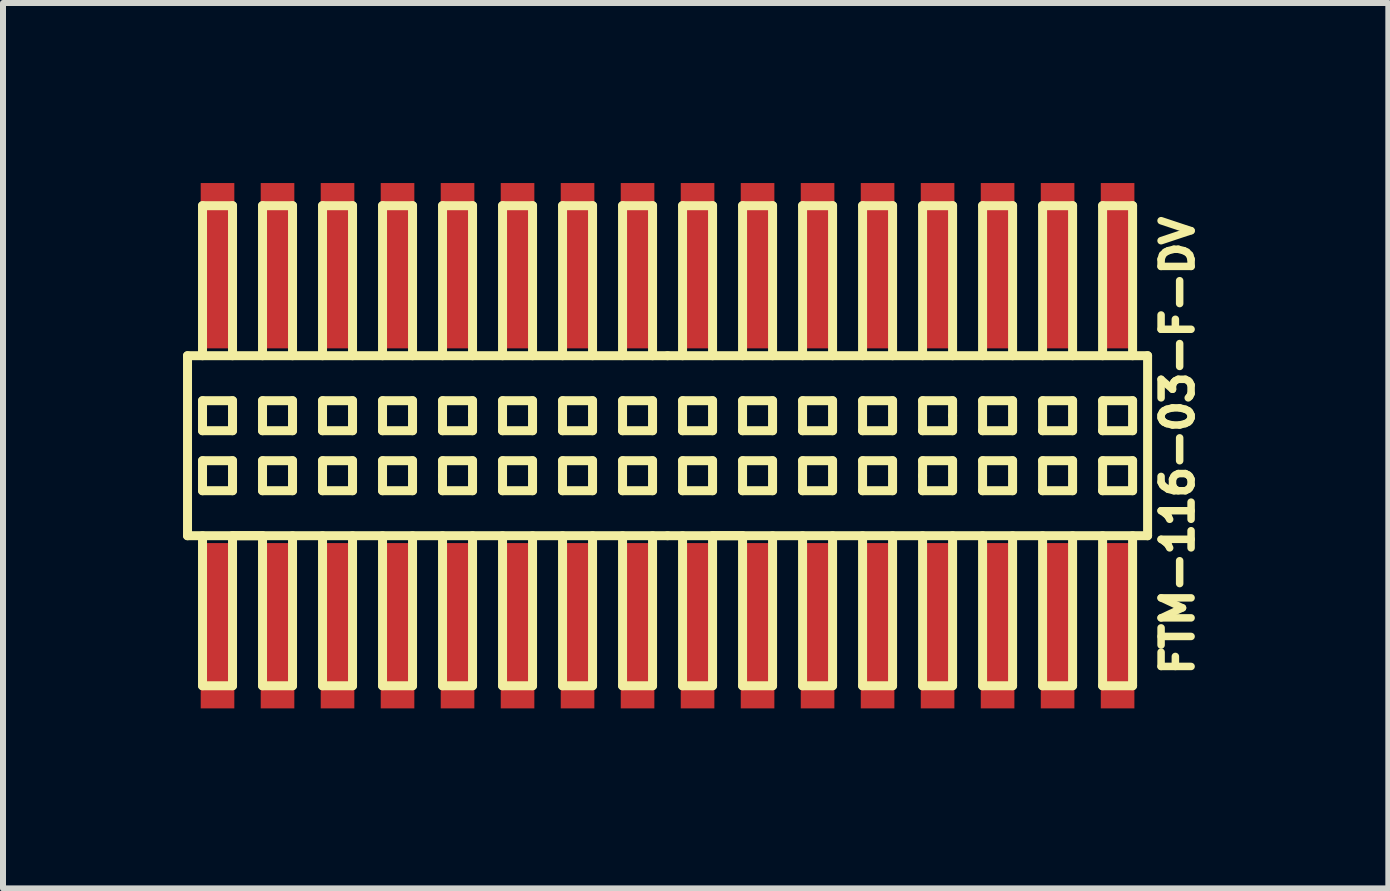
<source format=kicad_pcb>
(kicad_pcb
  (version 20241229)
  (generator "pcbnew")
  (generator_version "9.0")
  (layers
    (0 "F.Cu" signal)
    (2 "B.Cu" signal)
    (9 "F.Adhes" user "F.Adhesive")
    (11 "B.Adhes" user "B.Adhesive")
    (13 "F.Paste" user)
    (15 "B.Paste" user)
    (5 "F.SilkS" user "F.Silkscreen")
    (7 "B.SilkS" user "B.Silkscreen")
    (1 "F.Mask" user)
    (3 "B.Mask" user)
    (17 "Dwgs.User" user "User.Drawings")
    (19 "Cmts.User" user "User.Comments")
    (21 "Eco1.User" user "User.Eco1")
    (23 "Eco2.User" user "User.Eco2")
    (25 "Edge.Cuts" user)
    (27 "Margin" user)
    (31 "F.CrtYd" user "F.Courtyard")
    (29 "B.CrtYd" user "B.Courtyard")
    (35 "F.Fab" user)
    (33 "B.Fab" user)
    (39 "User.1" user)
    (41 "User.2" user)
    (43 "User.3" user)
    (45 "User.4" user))
  (footprint "FTM-116-03-F-DV"
    (layer "F.Cu")
    (at 8.075 4.378)
    (property "Reference" "FTM-116-03-F-DV" (at 8.5 0 90) (layer "F.SilkS") (effects (font (size 0.5 0.5) (thickness 0.125))))
    (attr through_hole)
    (fp_line (start -8 -1.5) (end 0 -1.5) (stroke (width 0.15) (type solid)) (layer "F.SilkS"))
    (fp_line (start -8 1.5) (end -8 -1.5) (stroke (width 0.15) (type solid)) (layer "F.SilkS"))
    (fp_line (start -7.75 -4) (end -7.25 -4) (stroke (width 0.15) (type solid)) (layer "F.SilkS"))
    (fp_line (start -7.75 -1.5) (end -7.75 -4) (stroke (width 0.15) (type solid)) (layer "F.SilkS"))
    (fp_line (start -7.75 -0.75) (end -7.25 -0.75) (stroke (width 0.15) (type solid)) (layer "F.SilkS"))
    (fp_line (start -7.75 -0.25) (end -7.75 -0.75) (stroke (width 0.15) (type solid)) (layer "F.SilkS"))
    (fp_line (start -7.75 0.25) (end -7.25 0.25) (stroke (width 0.15) (type solid)) (layer "F.SilkS"))
    (fp_line (start -7.75 0.75) (end -7.75 0.25) (stroke (width 0.15) (type solid)) (layer "F.SilkS"))
    (fp_line (start -7.75 1.5) (end -7.75 4) (stroke (width 0.15) (type solid)) (layer "F.SilkS"))
    (fp_line (start -7.75 4) (end -7.25 4) (stroke (width 0.15) (type solid)) (layer "F.SilkS"))
    (fp_line (start -7.25 -4) (end -7.25 -1.5) (stroke (width 0.15) (type solid)) (layer "F.SilkS"))
    (fp_line (start -7.25 -0.75) (end -7.25 -0.25) (stroke (width 0.15) (type solid)) (layer "F.SilkS"))
    (fp_line (start -7.25 -0.25) (end -7.75 -0.25) (stroke (width 0.15) (type solid)) (layer "F.SilkS"))
    (fp_line (start -7.25 0.25) (end -7.25 0.75) (stroke (width 0.15) (type solid)) (layer "F.SilkS"))
    (fp_line (start -7.25 0.75) (end -7.75 0.75) (stroke (width 0.15) (type solid)) (layer "F.SilkS"))
    (fp_line (start -7.25 1.5) (end -6.75 1.5) (stroke (width 0.15) (type solid)) (layer "F.SilkS"))
    (fp_line (start -7.25 4) (end -7.25 1.5) (stroke (width 0.15) (type solid)) (layer "F.SilkS"))
    (fp_line (start -6.75 -4) (end -6.25 -4) (stroke (width 0.15) (type solid)) (layer "F.SilkS"))
    (fp_line (start -6.75 -1.5) (end -6.75 -4) (stroke (width 0.15) (type solid)) (layer "F.SilkS"))
    (fp_line (start -6.75 -0.75) (end -6.25 -0.75) (stroke (width 0.15) (type solid)) (layer "F.SilkS"))
    (fp_line (start -6.75 -0.25) (end -6.75 -0.75) (stroke (width 0.15) (type solid)) (layer "F.SilkS"))
    (fp_line (start -6.75 0.25) (end -6.25 0.25) (stroke (width 0.15) (type solid)) (layer "F.SilkS"))
    (fp_line (start -6.75 0.75) (end -6.75 0.25) (stroke (width 0.15) (type solid)) (layer "F.SilkS"))
    (fp_line (start -6.75 1.5) (end -6.75 4) (stroke (width 0.15) (type solid)) (layer "F.SilkS"))
    (fp_line (start -6.75 4) (end -6.25 4) (stroke (width 0.15) (type solid)) (layer "F.SilkS"))
    (fp_line (start -6.25 -4) (end -6.25 -1.5) (stroke (width 0.15) (type solid)) (layer "F.SilkS"))
    (fp_line (start -6.25 -0.75) (end -6.25 -0.25) (stroke (width 0.15) (type solid)) (layer "F.SilkS"))
    (fp_line (start -6.25 -0.25) (end -6.75 -0.25) (stroke (width 0.15) (type solid)) (layer "F.SilkS"))
    (fp_line (start -6.25 0.25) (end -6.25 0.75) (stroke (width 0.15) (type solid)) (layer "F.SilkS"))
    (fp_line (start -6.25 0.75) (end -6.75 0.75) (stroke (width 0.15) (type solid)) (layer "F.SilkS"))
    (fp_line (start -6.25 4) (end -6.25 1.5) (stroke (width 0.15) (type solid)) (layer "F.SilkS"))
    (fp_line (start -5.75 -4) (end -5.25 -4) (stroke (width 0.15) (type solid)) (layer "F.SilkS"))
    (fp_line (start -5.75 -1.5) (end -5.75 -4) (stroke (width 0.15) (type solid)) (layer "F.SilkS"))
    (fp_line (start -5.75 -0.75) (end -5.25 -0.75) (stroke (width 0.15) (type solid)) (layer "F.SilkS"))
    (fp_line (start -5.75 -0.25) (end -5.75 -0.75) (stroke (width 0.15) (type solid)) (layer "F.SilkS"))
    (fp_line (start -5.75 0.25) (end -5.25 0.25) (stroke (width 0.15) (type solid)) (layer "F.SilkS"))
    (fp_line (start -5.75 0.75) (end -5.75 0.25) (stroke (width 0.15) (type solid)) (layer "F.SilkS"))
    (fp_line (start -5.75 1.5) (end -5.75 4) (stroke (width 0.15) (type solid)) (layer "F.SilkS"))
    (fp_line (start -5.75 4) (end -5.25 4) (stroke (width 0.15) (type solid)) (layer "F.SilkS"))
    (fp_line (start -5.25 -4) (end -5.25 -1.5) (stroke (width 0.15) (type solid)) (layer "F.SilkS"))
    (fp_line (start -5.25 -0.75) (end -5.25 -0.25) (stroke (width 0.15) (type solid)) (layer "F.SilkS"))
    (fp_line (start -5.25 -0.25) (end -5.75 -0.25) (stroke (width 0.15) (type solid)) (layer "F.SilkS"))
    (fp_line (start -5.25 0.25) (end -5.25 0.75) (stroke (width 0.15) (type solid)) (layer "F.SilkS"))
    (fp_line (start -5.25 0.75) (end -5.75 0.75) (stroke (width 0.15) (type solid)) (layer "F.SilkS"))
    (fp_line (start -5.25 4) (end -5.25 1.5) (stroke (width 0.15) (type solid)) (layer "F.SilkS"))
    (fp_line (start -4.75 -4) (end -4.25 -4) (stroke (width 0.15) (type solid)) (layer "F.SilkS"))
    (fp_line (start -4.75 -1.5) (end -4.75 -4) (stroke (width 0.15) (type solid)) (layer "F.SilkS"))
    (fp_line (start -4.75 -0.75) (end -4.25 -0.75) (stroke (width 0.15) (type solid)) (layer "F.SilkS"))
    (fp_line (start -4.75 -0.25) (end -4.75 -0.75) (stroke (width 0.15) (type solid)) (layer "F.SilkS"))
    (fp_line (start -4.75 0.25) (end -4.25 0.25) (stroke (width 0.15) (type solid)) (layer "F.SilkS"))
    (fp_line (start -4.75 0.75) (end -4.75 0.25) (stroke (width 0.15) (type solid)) (layer "F.SilkS"))
    (fp_line (start -4.75 1.5) (end -4.75 4) (stroke (width 0.15) (type solid)) (layer "F.SilkS"))
    (fp_line (start -4.75 4) (end -4.25 4) (stroke (width 0.15) (type solid)) (layer "F.SilkS"))
    (fp_line (start -4.25 -4) (end -4.25 -1.5) (stroke (width 0.15) (type solid)) (layer "F.SilkS"))
    (fp_line (start -4.25 -0.75) (end -4.25 -0.25) (stroke (width 0.15) (type solid)) (layer "F.SilkS"))
    (fp_line (start -4.25 -0.25) (end -4.75 -0.25) (stroke (width 0.15) (type solid)) (layer "F.SilkS"))
    (fp_line (start -4.25 0.25) (end -4.25 0.75) (stroke (width 0.15) (type solid)) (layer "F.SilkS"))
    (fp_line (start -4.25 0.75) (end -4.75 0.75) (stroke (width 0.15) (type solid)) (layer "F.SilkS"))
    (fp_line (start -4.25 4) (end -4.25 1.5) (stroke (width 0.15) (type solid)) (layer "F.SilkS"))
    (fp_line (start -3.75 -4) (end -3.25 -4) (stroke (width 0.15) (type solid)) (layer "F.SilkS"))
    (fp_line (start -3.75 -1.5) (end -3.75 -4) (stroke (width 0.15) (type solid)) (layer "F.SilkS"))
    (fp_line (start -3.75 -0.75) (end -3.25 -0.75) (stroke (width 0.15) (type solid)) (layer "F.SilkS"))
    (fp_line (start -3.75 -0.25) (end -3.75 -0.75) (stroke (width 0.15) (type solid)) (layer "F.SilkS"))
    (fp_line (start -3.75 0.25) (end -3.25 0.25) (stroke (width 0.15) (type solid)) (layer "F.SilkS"))
    (fp_line (start -3.75 0.5) (end -3.75 0.25) (stroke (width 0.15) (type solid)) (layer "F.SilkS"))
    (fp_line (start -3.75 0.75) (end -3.75 0.5) (stroke (width 0.15) (type solid)) (layer "F.SilkS"))
    (fp_line (start -3.75 1.5) (end -3.75 4) (stroke (width 0.15) (type solid)) (layer "F.SilkS"))
    (fp_line (start -3.75 4) (end -3.25 4) (stroke (width 0.15) (type solid)) (layer "F.SilkS"))
    (fp_line (start -3.25 -4) (end -3.25 -1.5) (stroke (width 0.15) (type solid)) (layer "F.SilkS"))
    (fp_line (start -3.25 -0.75) (end -3.25 -0.5) (stroke (width 0.15) (type solid)) (layer "F.SilkS"))
    (fp_line (start -3.25 -0.5) (end -3.25 -0.25) (stroke (width 0.15) (type solid)) (layer "F.SilkS"))
    (fp_line (start -3.25 -0.25) (end -3.75 -0.25) (stroke (width 0.15) (type solid)) (layer "F.SilkS"))
    (fp_line (start -3.25 0.25) (end -3.25 0.75) (stroke (width 0.15) (type solid)) (layer "F.SilkS"))
    (fp_line (start -3.25 0.75) (end -3.75 0.75) (stroke (width 0.15) (type solid)) (layer "F.SilkS"))
    (fp_line (start -3.25 4) (end -3.25 1.5) (stroke (width 0.15) (type solid)) (layer "F.SilkS"))
    (fp_line (start -2.75 -4) (end -2.25 -4) (stroke (width 0.15) (type solid)) (layer "F.SilkS"))
    (fp_line (start -2.75 -1.5) (end -2.75 -4) (stroke (width 0.15) (type solid)) (layer "F.SilkS"))
    (fp_line (start -2.75 -0.75) (end -2.25 -0.75) (stroke (width 0.15) (type solid)) (layer "F.SilkS"))
    (fp_line (start -2.75 -0.25) (end -2.75 -0.75) (stroke (width 0.15) (type solid)) (layer "F.SilkS"))
    (fp_line (start -2.75 0.25) (end -2.25 0.25) (stroke (width 0.15) (type solid)) (layer "F.SilkS"))
    (fp_line (start -2.75 0.75) (end -2.75 0.25) (stroke (width 0.15) (type solid)) (layer "F.SilkS"))
    (fp_line (start -2.75 1.5) (end -2.75 4) (stroke (width 0.15) (type solid)) (layer "F.SilkS"))
    (fp_line (start -2.75 4) (end -2.25 4) (stroke (width 0.15) (type solid)) (layer "F.SilkS"))
    (fp_line (start -2.25 -4) (end -2.25 -1.5) (stroke (width 0.15) (type solid)) (layer "F.SilkS"))
    (fp_line (start -2.25 -0.75) (end -2.25 -0.25) (stroke (width 0.15) (type solid)) (layer "F.SilkS"))
    (fp_line (start -2.25 -0.25) (end -2.75 -0.25) (stroke (width 0.15) (type solid)) (layer "F.SilkS"))
    (fp_line (start -2.25 0.25) (end -2.25 0.75) (stroke (width 0.15) (type solid)) (layer "F.SilkS"))
    (fp_line (start -2.25 0.75) (end -2.75 0.75) (stroke (width 0.15) (type solid)) (layer "F.SilkS"))
    (fp_line (start -2.25 4) (end -2.25 1.5) (stroke (width 0.15) (type solid)) (layer "F.SilkS"))
    (fp_line (start -1.75 -4) (end -1.25 -4) (stroke (width 0.15) (type solid)) (layer "F.SilkS"))
    (fp_line (start -1.75 -1.5) (end -1.75 -4) (stroke (width 0.15) (type solid)) (layer "F.SilkS"))
    (fp_line (start -1.75 -0.75) (end -1.25 -0.75) (stroke (width 0.15) (type solid)) (layer "F.SilkS"))
    (fp_line (start -1.75 -0.25) (end -1.75 -0.75) (stroke (width 0.15) (type solid)) (layer "F.SilkS"))
    (fp_line (start -1.75 0.25) (end -1.25 0.25) (stroke (width 0.15) (type solid)) (layer "F.SilkS"))
    (fp_line (start -1.75 0.75) (end -1.75 0.25) (stroke (width 0.15) (type solid)) (layer "F.SilkS"))
    (fp_line (start -1.75 1.5) (end -1.75 4) (stroke (width 0.15) (type solid)) (layer "F.SilkS"))
    (fp_line (start -1.75 4) (end -1.25 4) (stroke (width 0.15) (type solid)) (layer "F.SilkS"))
    (fp_line (start -1.25 -4) (end -1.25 -1.5) (stroke (width 0.15) (type solid)) (layer "F.SilkS"))
    (fp_line (start -1.25 -0.75) (end -1.25 -0.25) (stroke (width 0.15) (type solid)) (layer "F.SilkS"))
    (fp_line (start -1.25 -0.25) (end -1.75 -0.25) (stroke (width 0.15) (type solid)) (layer "F.SilkS"))
    (fp_line (start -1.25 0.25) (end -1.25 0.75) (stroke (width 0.15) (type solid)) (layer "F.SilkS"))
    (fp_line (start -1.25 0.75) (end -1.75 0.75) (stroke (width 0.15) (type solid)) (layer "F.SilkS"))
    (fp_line (start -1.25 4) (end -1.25 1.5) (stroke (width 0.15) (type solid)) (layer "F.SilkS"))
    (fp_line (start -0.75 -4) (end -0.25 -4) (stroke (width 0.15) (type solid)) (layer "F.SilkS"))
    (fp_line (start -0.75 -1.5) (end -0.75 -4) (stroke (width 0.15) (type solid)) (layer "F.SilkS"))
    (fp_line (start -0.75 -0.75) (end -0.25 -0.75) (stroke (width 0.15) (type solid)) (layer "F.SilkS"))
    (fp_line (start -0.75 -0.25) (end -0.75 -0.75) (stroke (width 0.15) (type solid)) (layer "F.SilkS"))
    (fp_line (start -0.75 0.25) (end -0.25 0.25) (stroke (width 0.15) (type solid)) (layer "F.SilkS"))
    (fp_line (start -0.75 0.75) (end -0.75 0.25) (stroke (width 0.15) (type solid)) (layer "F.SilkS"))
    (fp_line (start -0.75 1.5) (end -0.75 4) (stroke (width 0.15) (type solid)) (layer "F.SilkS"))
    (fp_line (start -0.75 4) (end -0.25 4) (stroke (width 0.15) (type solid)) (layer "F.SilkS"))
    (fp_line (start -0.25 -4) (end -0.25 -1.5) (stroke (width 0.15) (type solid)) (layer "F.SilkS"))
    (fp_line (start -0.25 -0.75) (end -0.25 -0.25) (stroke (width 0.15) (type solid)) (layer "F.SilkS"))
    (fp_line (start -0.25 -0.25) (end -0.75 -0.25) (stroke (width 0.15) (type solid)) (layer "F.SilkS"))
    (fp_line (start -0.25 0.25) (end -0.25 0.75) (stroke (width 0.15) (type solid)) (layer "F.SilkS"))
    (fp_line (start -0.25 0.75) (end -0.75 0.75) (stroke (width 0.15) (type solid)) (layer "F.SilkS"))
    (fp_line (start -0.25 4) (end -0.25 1.5) (stroke (width 0.15) (type solid)) (layer "F.SilkS"))
    (fp_line (start 0 -1.5) (end 8 -1.5) (stroke (width 0.15) (type solid)) (layer "F.SilkS"))
    (fp_line (start 0 1.5) (end -8 1.5) (stroke (width 0.15) (type solid)) (layer "F.SilkS"))
    (fp_line (start 0.25 -4) (end 0.75 -4) (stroke (width 0.15) (type solid)) (layer "F.SilkS"))
    (fp_line (start 0.25 -1.5) (end 0.25 -4) (stroke (width 0.15) (type solid)) (layer "F.SilkS"))
    (fp_line (start 0.25 -0.75) (end 0.75 -0.75) (stroke (width 0.15) (type solid)) (layer "F.SilkS"))
    (fp_line (start 0.25 -0.25) (end 0.25 -0.75) (stroke (width 0.15) (type solid)) (layer "F.SilkS"))
    (fp_line (start 0.25 0.25) (end 0.75 0.25) (stroke (width 0.15) (type solid)) (layer "F.SilkS"))
    (fp_line (start 0.25 0.75) (end 0.25 0.25) (stroke (width 0.15) (type solid)) (layer "F.SilkS"))
    (fp_line (start 0.25 1.5) (end 0.25 4) (stroke (width 0.15) (type solid)) (layer "F.SilkS"))
    (fp_line (start 0.25 4) (end 0.75 4) (stroke (width 0.15) (type solid)) (layer "F.SilkS"))
    (fp_line (start 0.75 -4) (end 0.75 -1.5) (stroke (width 0.15) (type solid)) (layer "F.SilkS"))
    (fp_line (start 0.75 -0.75) (end 0.75 -0.25) (stroke (width 0.15) (type solid)) (layer "F.SilkS"))
    (fp_line (start 0.75 -0.25) (end 0.25 -0.25) (stroke (width 0.15) (type solid)) (layer "F.SilkS"))
    (fp_line (start 0.75 0.25) (end 0.75 0.75) (stroke (width 0.15) (type solid)) (layer "F.SilkS"))
    (fp_line (start 0.75 0.75) (end 0.25 0.75) (stroke (width 0.15) (type solid)) (layer "F.SilkS"))
    (fp_line (start 0.75 1.5) (end 1.25 1.5) (stroke (width 0.15) (type solid)) (layer "F.SilkS"))
    (fp_line (start 0.75 4) (end 0.75 1.5) (stroke (width 0.15) (type solid)) (layer "F.SilkS"))
    (fp_line (start 1.25 -4) (end 1.75 -4) (stroke (width 0.15) (type solid)) (layer "F.SilkS"))
    (fp_line (start 1.25 -1.5) (end 1.25 -4) (stroke (width 0.15) (type solid)) (layer "F.SilkS"))
    (fp_line (start 1.25 -0.75) (end 1.75 -0.75) (stroke (width 0.15) (type solid)) (layer "F.SilkS"))
    (fp_line (start 1.25 -0.25) (end 1.25 -0.75) (stroke (width 0.15) (type solid)) (layer "F.SilkS"))
    (fp_line (start 1.25 0.25) (end 1.75 0.25) (stroke (width 0.15) (type solid)) (layer "F.SilkS"))
    (fp_line (start 1.25 0.75) (end 1.25 0.25) (stroke (width 0.15) (type solid)) (layer "F.SilkS"))
    (fp_line (start 1.25 1.5) (end 1.25 4) (stroke (width 0.15) (type solid)) (layer "F.SilkS"))
    (fp_line (start 1.25 4) (end 1.75 4) (stroke (width 0.15) (type solid)) (layer "F.SilkS"))
    (fp_line (start 1.75 -4) (end 1.75 -1.5) (stroke (width 0.15) (type solid)) (layer "F.SilkS"))
    (fp_line (start 1.75 -0.75) (end 1.75 -0.25) (stroke (width 0.15) (type solid)) (layer "F.SilkS"))
    (fp_line (start 1.75 -0.25) (end 1.25 -0.25) (stroke (width 0.15) (type solid)) (layer "F.SilkS"))
    (fp_line (start 1.75 0.25) (end 1.75 0.75) (stroke (width 0.15) (type solid)) (layer "F.SilkS"))
    (fp_line (start 1.75 0.75) (end 1.25 0.75) (stroke (width 0.15) (type solid)) (layer "F.SilkS"))
    (fp_line (start 1.75 4) (end 1.75 1.5) (stroke (width 0.15) (type solid)) (layer "F.SilkS"))
    (fp_line (start 2.25 -4) (end 2.75 -4) (stroke (width 0.15) (type solid)) (layer "F.SilkS"))
    (fp_line (start 2.25 -1.5) (end 2.25 -4) (stroke (width 0.15) (type solid)) (layer "F.SilkS"))
    (fp_line (start 2.25 -0.75) (end 2.75 -0.75) (stroke (width 0.15) (type solid)) (layer "F.SilkS"))
    (fp_line (start 2.25 -0.25) (end 2.25 -0.75) (stroke (width 0.15) (type solid)) (layer "F.SilkS"))
    (fp_line (start 2.25 0.25) (end 2.75 0.25) (stroke (width 0.15) (type solid)) (layer "F.SilkS"))
    (fp_line (start 2.25 0.75) (end 2.25 0.25) (stroke (width 0.15) (type solid)) (layer "F.SilkS"))
    (fp_line (start 2.25 1.5) (end 2.25 4) (stroke (width 0.15) (type solid)) (layer "F.SilkS"))
    (fp_line (start 2.25 4) (end 2.75 4) (stroke (width 0.15) (type solid)) (layer "F.SilkS"))
    (fp_line (start 2.75 -4) (end 2.75 -1.5) (stroke (width 0.15) (type solid)) (layer "F.SilkS"))
    (fp_line (start 2.75 -0.75) (end 2.75 -0.25) (stroke (width 0.15) (type solid)) (layer "F.SilkS"))
    (fp_line (start 2.75 -0.25) (end 2.25 -0.25) (stroke (width 0.15) (type solid)) (layer "F.SilkS"))
    (fp_line (start 2.75 0.25) (end 2.75 0.75) (stroke (width 0.15) (type solid)) (layer "F.SilkS"))
    (fp_line (start 2.75 0.75) (end 2.25 0.75) (stroke (width 0.15) (type solid)) (layer "F.SilkS"))
    (fp_line (start 2.75 4) (end 2.75 1.5) (stroke (width 0.15) (type solid)) (layer "F.SilkS"))
    (fp_line (start 3.25 -4) (end 3.75 -4) (stroke (width 0.15) (type solid)) (layer "F.SilkS"))
    (fp_line (start 3.25 -1.5) (end 3.25 -4) (stroke (width 0.15) (type solid)) (layer "F.SilkS"))
    (fp_line (start 3.25 -0.75) (end 3.75 -0.75) (stroke (width 0.15) (type solid)) (layer "F.SilkS"))
    (fp_line (start 3.25 -0.25) (end 3.25 -0.75) (stroke (width 0.15) (type solid)) (layer "F.SilkS"))
    (fp_line (start 3.25 0.25) (end 3.75 0.25) (stroke (width 0.15) (type solid)) (layer "F.SilkS"))
    (fp_line (start 3.25 0.75) (end 3.25 0.25) (stroke (width 0.15) (type solid)) (layer "F.SilkS"))
    (fp_line (start 3.25 1.5) (end 3.25 4) (stroke (width 0.15) (type solid)) (layer "F.SilkS"))
    (fp_line (start 3.25 4) (end 3.75 4) (stroke (width 0.15) (type solid)) (layer "F.SilkS"))
    (fp_line (start 3.75 -4) (end 3.75 -1.5) (stroke (width 0.15) (type solid)) (layer "F.SilkS"))
    (fp_line (start 3.75 -0.75) (end 3.75 -0.25) (stroke (width 0.15) (type solid)) (layer "F.SilkS"))
    (fp_line (start 3.75 -0.25) (end 3.25 -0.25) (stroke (width 0.15) (type solid)) (layer "F.SilkS"))
    (fp_line (start 3.75 0.25) (end 3.75 0.75) (stroke (width 0.15) (type solid)) (layer "F.SilkS"))
    (fp_line (start 3.75 0.75) (end 3.25 0.75) (stroke (width 0.15) (type solid)) (layer "F.SilkS"))
    (fp_line (start 3.75 4) (end 3.75 1.5) (stroke (width 0.15) (type solid)) (layer "F.SilkS"))
    (fp_line (start 4.25 -4) (end 4.75 -4) (stroke (width 0.15) (type solid)) (layer "F.SilkS"))
    (fp_line (start 4.25 -1.5) (end 4.25 -4) (stroke (width 0.15) (type solid)) (layer "F.SilkS"))
    (fp_line (start 4.25 -0.75) (end 4.75 -0.75) (stroke (width 0.15) (type solid)) (layer "F.SilkS"))
    (fp_line (start 4.25 -0.25) (end 4.25 -0.75) (stroke (width 0.15) (type solid)) (layer "F.SilkS"))
    (fp_line (start 4.25 0.25) (end 4.75 0.25) (stroke (width 0.15) (type solid)) (layer "F.SilkS"))
    (fp_line (start 4.25 0.5) (end 4.25 0.25) (stroke (width 0.15) (type solid)) (layer "F.SilkS"))
    (fp_line (start 4.25 0.75) (end 4.25 0.5) (stroke (width 0.15) (type solid)) (layer "F.SilkS"))
    (fp_line (start 4.25 1.5) (end 4.25 4) (stroke (width 0.15) (type solid)) (layer "F.SilkS"))
    (fp_line (start 4.25 4) (end 4.75 4) (stroke (width 0.15) (type solid)) (layer "F.SilkS"))
    (fp_line (start 4.75 -4) (end 4.75 -1.5) (stroke (width 0.15) (type solid)) (layer "F.SilkS"))
    (fp_line (start 4.75 -0.75) (end 4.75 -0.5) (stroke (width 0.15) (type solid)) (layer "F.SilkS"))
    (fp_line (start 4.75 -0.5) (end 4.75 -0.25) (stroke (width 0.15) (type solid)) (layer "F.SilkS"))
    (fp_line (start 4.75 -0.25) (end 4.25 -0.25) (stroke (width 0.15) (type solid)) (layer "F.SilkS"))
    (fp_line (start 4.75 0.25) (end 4.75 0.75) (stroke (width 0.15) (type solid)) (layer "F.SilkS"))
    (fp_line (start 4.75 0.75) (end 4.25 0.75) (stroke (width 0.15) (type solid)) (layer "F.SilkS"))
    (fp_line (start 4.75 4) (end 4.75 1.5) (stroke (width 0.15) (type solid)) (layer "F.SilkS"))
    (fp_line (start 5.25 -4) (end 5.75 -4) (stroke (width 0.15) (type solid)) (layer "F.SilkS"))
    (fp_line (start 5.25 -1.5) (end 5.25 -4) (stroke (width 0.15) (type solid)) (layer "F.SilkS"))
    (fp_line (start 5.25 -0.75) (end 5.75 -0.75) (stroke (width 0.15) (type solid)) (layer "F.SilkS"))
    (fp_line (start 5.25 -0.25) (end 5.25 -0.75) (stroke (width 0.15) (type solid)) (layer "F.SilkS"))
    (fp_line (start 5.25 0.25) (end 5.75 0.25) (stroke (width 0.15) (type solid)) (layer "F.SilkS"))
    (fp_line (start 5.25 0.75) (end 5.25 0.25) (stroke (width 0.15) (type solid)) (layer "F.SilkS"))
    (fp_line (start 5.25 1.5) (end 5.25 4) (stroke (width 0.15) (type solid)) (layer "F.SilkS"))
    (fp_line (start 5.25 4) (end 5.75 4) (stroke (width 0.15) (type solid)) (layer "F.SilkS"))
    (fp_line (start 5.75 -4) (end 5.75 -1.5) (stroke (width 0.15) (type solid)) (layer "F.SilkS"))
    (fp_line (start 5.75 -0.75) (end 5.75 -0.25) (stroke (width 0.15) (type solid)) (layer "F.SilkS"))
    (fp_line (start 5.75 -0.25) (end 5.25 -0.25) (stroke (width 0.15) (type solid)) (layer "F.SilkS"))
    (fp_line (start 5.75 0.25) (end 5.75 0.75) (stroke (width 0.15) (type solid)) (layer "F.SilkS"))
    (fp_line (start 5.75 0.75) (end 5.25 0.75) (stroke (width 0.15) (type solid)) (layer "F.SilkS"))
    (fp_line (start 5.75 4) (end 5.75 1.5) (stroke (width 0.15) (type solid)) (layer "F.SilkS"))
    (fp_line (start 6.25 -4) (end 6.75 -4) (stroke (width 0.15) (type solid)) (layer "F.SilkS"))
    (fp_line (start 6.25 -1.5) (end 6.25 -4) (stroke (width 0.15) (type solid)) (layer "F.SilkS"))
    (fp_line (start 6.25 -0.75) (end 6.75 -0.75) (stroke (width 0.15) (type solid)) (layer "F.SilkS"))
    (fp_line (start 6.25 -0.25) (end 6.25 -0.75) (stroke (width 0.15) (type solid)) (layer "F.SilkS"))
    (fp_line (start 6.25 0.25) (end 6.75 0.25) (stroke (width 0.15) (type solid)) (layer "F.SilkS"))
    (fp_line (start 6.25 0.75) (end 6.25 0.25) (stroke (width 0.15) (type solid)) (layer "F.SilkS"))
    (fp_line (start 6.25 1.5) (end 6.25 4) (stroke (width 0.15) (type solid)) (layer "F.SilkS"))
    (fp_line (start 6.25 4) (end 6.75 4) (stroke (width 0.15) (type solid)) (layer "F.SilkS"))
    (fp_line (start 6.75 -4) (end 6.75 -1.5) (stroke (width 0.15) (type solid)) (layer "F.SilkS"))
    (fp_line (start 6.75 -0.75) (end 6.75 -0.25) (stroke (width 0.15) (type solid)) (layer "F.SilkS"))
    (fp_line (start 6.75 -0.25) (end 6.25 -0.25) (stroke (width 0.15) (type solid)) (layer "F.SilkS"))
    (fp_line (start 6.75 0.25) (end 6.75 0.75) (stroke (width 0.15) (type solid)) (layer "F.SilkS"))
    (fp_line (start 6.75 0.75) (end 6.25 0.75) (stroke (width 0.15) (type solid)) (layer "F.SilkS"))
    (fp_line (start 6.75 4) (end 6.75 1.5) (stroke (width 0.15) (type solid)) (layer "F.SilkS"))
    (fp_line (start 7.25 -4) (end 7.75 -4) (stroke (width 0.15) (type solid)) (layer "F.SilkS"))
    (fp_line (start 7.25 -1.5) (end 7.25 -4) (stroke (width 0.15) (type solid)) (layer "F.SilkS"))
    (fp_line (start 7.25 -0.75) (end 7.75 -0.75) (stroke (width 0.15) (type solid)) (layer "F.SilkS"))
    (fp_line (start 7.25 -0.25) (end 7.25 -0.75) (stroke (width 0.15) (type solid)) (layer "F.SilkS"))
    (fp_line (start 7.25 0.25) (end 7.75 0.25) (stroke (width 0.15) (type solid)) (layer "F.SilkS"))
    (fp_line (start 7.25 0.75) (end 7.25 0.25) (stroke (width 0.15) (type solid)) (layer "F.SilkS"))
    (fp_line (start 7.25 1.5) (end 7.25 4) (stroke (width 0.15) (type solid)) (layer "F.SilkS"))
    (fp_line (start 7.25 4) (end 7.75 4) (stroke (width 0.15) (type solid)) (layer "F.SilkS"))
    (fp_line (start 7.75 -4) (end 7.75 -1.5) (stroke (width 0.15) (type solid)) (layer "F.SilkS"))
    (fp_line (start 7.75 -0.75) (end 7.75 -0.25) (stroke (width 0.15) (type solid)) (layer "F.SilkS"))
    (fp_line (start 7.75 -0.25) (end 7.25 -0.25) (stroke (width 0.15) (type solid)) (layer "F.SilkS"))
    (fp_line (start 7.75 0.25) (end 7.75 0.75) (stroke (width 0.15) (type solid)) (layer "F.SilkS"))
    (fp_line (start 7.75 0.75) (end 7.25 0.75) (stroke (width 0.15) (type solid)) (layer "F.SilkS"))
    (fp_line (start 7.75 4) (end 7.75 1.5) (stroke (width 0.15) (type solid)) (layer "F.SilkS"))
    (fp_line (start 8 -1.5) (end 8 1.5) (stroke (width 0.15) (type solid)) (layer "F.SilkS"))
    (fp_line (start 8 1.5) (end 0 1.5) (stroke (width 0.15) (type solid)) (layer "F.SilkS"))
    (pad "1" smd rect (at -7.5 3) (size 0.56 2.755) (layers "F.Cu" "F.Mask" "F.Paste"))
    (pad "2" smd rect (at -7.5 -3) (size 0.56 2.755) (layers "F.Cu" "F.Mask" "F.Paste"))
    (pad "3" smd rect (at -6.5 3) (size 0.56 2.755) (layers "F.Cu" "F.Mask" "F.Paste"))
    (pad "4" smd rect (at -6.5 -3) (size 0.56 2.755) (layers "F.Cu" "F.Mask" "F.Paste"))
    (pad "5" smd rect (at -5.5 3) (size 0.56 2.755) (layers "F.Cu" "F.Mask" "F.Paste"))
    (pad "6" smd rect (at -5.5 -3) (size 0.56 2.755) (layers "F.Cu" "F.Mask" "F.Paste"))
    (pad "7" smd rect (at -4.5 3) (size 0.56 2.755) (layers "F.Cu" "F.Mask" "F.Paste"))
    (pad "8" smd rect (at -4.5 -3) (size 0.56 2.755) (layers "F.Cu" "F.Mask" "F.Paste"))
    (pad "9" smd rect (at -3.5 3) (size 0.56 2.755) (layers "F.Cu" "F.Mask" "F.Paste"))
    (pad "10" smd rect (at -3.5 -3) (size 0.56 2.755) (layers "F.Cu" "F.Mask" "F.Paste"))
    (pad "11" smd rect (at -2.5 3) (size 0.56 2.755) (layers "F.Cu" "F.Mask" "F.Paste"))
    (pad "12" smd rect (at -2.5 -3) (size 0.56 2.755) (layers "F.Cu" "F.Mask" "F.Paste"))
    (pad "13" smd rect (at -1.5 3) (size 0.56 2.755) (layers "F.Cu" "F.Mask" "F.Paste"))
    (pad "14" smd rect (at -1.5 -3) (size 0.56 2.755) (layers "F.Cu" "F.Mask" "F.Paste"))
    (pad "15" smd rect (at -0.5 3) (size 0.56 2.755) (layers "F.Cu" "F.Mask" "F.Paste"))
    (pad "16" smd rect (at -0.5 -3) (size 0.56 2.755) (layers "F.Cu" "F.Mask" "F.Paste"))
    (pad "17" smd rect (at 0.5 3) (size 0.56 2.755) (layers "F.Cu" "F.Mask" "F.Paste"))
    (pad "18" smd rect (at 0.5 -3) (size 0.56 2.755) (layers "F.Cu" "F.Mask" "F.Paste"))
    (pad "19" smd rect (at 1.5 3) (size 0.56 2.755) (layers "F.Cu" "F.Mask" "F.Paste"))
    (pad "20" smd rect (at 1.5 -3) (size 0.56 2.755) (layers "F.Cu" "F.Mask" "F.Paste"))
    (pad "21" smd rect (at 2.5 3) (size 0.56 2.755) (layers "F.Cu" "F.Mask" "F.Paste"))
    (pad "22" smd rect (at 2.5 -3) (size 0.56 2.755) (layers "F.Cu" "F.Mask" "F.Paste"))
    (pad "23" smd rect (at 3.5 3) (size 0.56 2.755) (layers "F.Cu" "F.Mask" "F.Paste"))
    (pad "24" smd rect (at 3.5 -3) (size 0.56 2.755) (layers "F.Cu" "F.Mask" "F.Paste"))
    (pad "25" smd rect (at 4.5 3) (size 0.56 2.755) (layers "F.Cu" "F.Mask" "F.Paste"))
    (pad "26" smd rect (at 4.5 -3) (size 0.56 2.755) (layers "F.Cu" "F.Mask" "F.Paste"))
    (pad "27" smd rect (at 5.5 3) (size 0.56 2.755) (layers "F.Cu" "F.Mask" "F.Paste"))
    (pad "28" smd rect (at 5.5 -3) (size 0.56 2.755) (layers "F.Cu" "F.Mask" "F.Paste"))
    (pad "29" smd rect (at 6.5 3) (size 0.56 2.755) (layers "F.Cu" "F.Mask" "F.Paste"))
    (pad "30" smd rect (at 6.5 -3) (size 0.56 2.755) (layers "F.Cu" "F.Mask" "F.Paste"))
    (pad "31" smd rect (at 7.5 3) (size 0.56 2.755) (layers "F.Cu" "F.Mask" "F.Paste"))
    (pad "32" smd rect (at 7.5 -3) (size 0.56 2.755) (layers "F.Cu" "F.Mask" "F.Paste")))
  (gr_rect
    (start -3 -3)
    (end 20.087 11.755)
    (stroke (width 0.1) (type default))
    (fill no)
    (layer "Edge.Cuts")))
</source>
